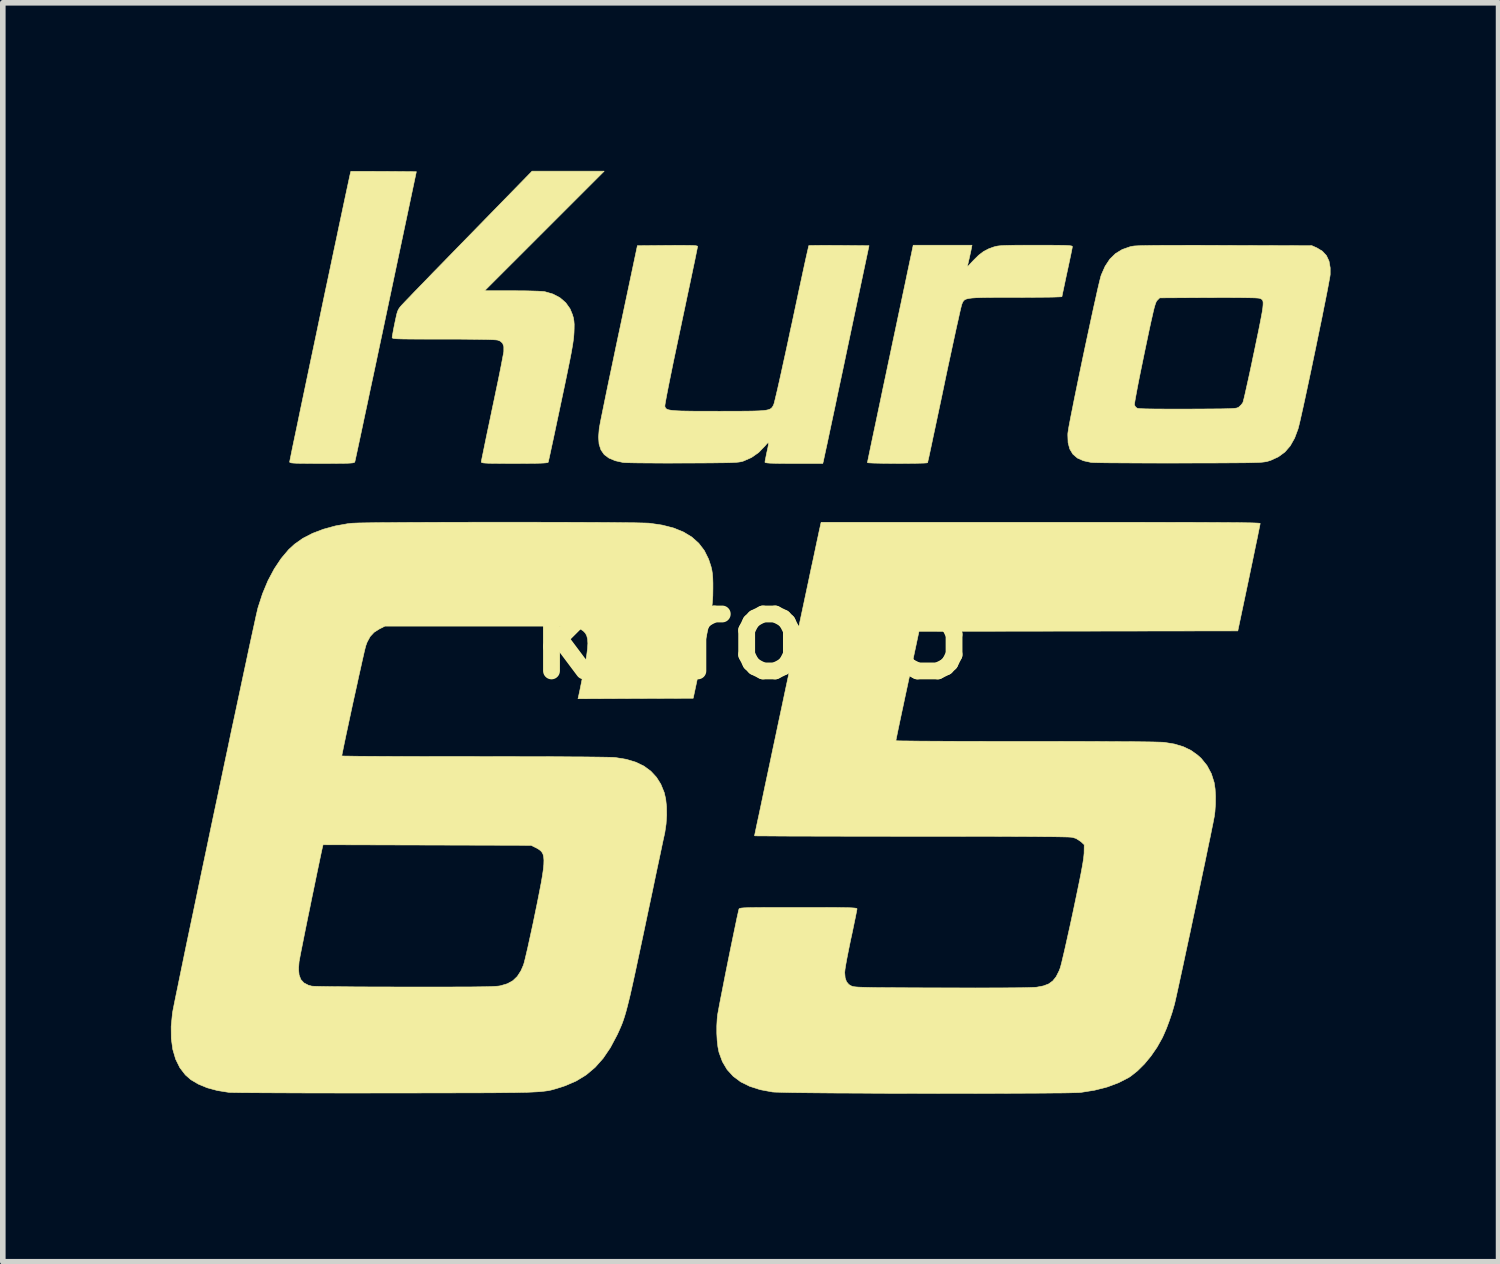
<source format=kicad_pcb>
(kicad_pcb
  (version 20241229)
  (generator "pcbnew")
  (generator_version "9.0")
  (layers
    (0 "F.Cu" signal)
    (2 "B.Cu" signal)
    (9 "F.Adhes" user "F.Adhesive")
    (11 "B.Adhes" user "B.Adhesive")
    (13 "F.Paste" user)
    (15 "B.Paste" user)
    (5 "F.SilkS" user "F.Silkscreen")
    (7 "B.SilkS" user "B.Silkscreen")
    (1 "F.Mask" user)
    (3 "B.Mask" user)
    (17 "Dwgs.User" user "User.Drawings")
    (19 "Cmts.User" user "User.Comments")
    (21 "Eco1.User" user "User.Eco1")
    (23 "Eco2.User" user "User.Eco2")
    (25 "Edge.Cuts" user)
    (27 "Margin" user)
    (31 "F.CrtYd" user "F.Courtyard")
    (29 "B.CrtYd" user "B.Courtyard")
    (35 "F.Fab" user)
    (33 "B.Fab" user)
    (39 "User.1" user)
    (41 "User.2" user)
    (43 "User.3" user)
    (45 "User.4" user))
  (footprint "kuro65"
    (layer "F.Cu")
    (at 10.349 8.235)
    (property "Reference" "kuro65" (at 0 0 0) (layer "F.SilkS") (effects (font (size 1.524 1.524) (thickness 0.3))))
    (attr through_hole)
    (fp_poly (pts (xy -6.905 -8.227) (xy -6.791 -8.227) (xy -6.663 -8.226) (xy -6.551 -8.226) (xy -5.968 -8.221) (xy -6.512 -5.645) (xy -6.573 -5.355) (xy -6.633 -5.074) (xy -6.69 -4.803) (xy -6.745 -4.545) (xy -6.797 -4.302) (xy -6.845 -4.074) (xy -6.89 -3.864) (xy -6.93 -3.674) (xy -6.966 -3.505) (xy -6.997 -3.36) (xy -7.023 -3.239) (xy -7.043 -3.146) (xy -7.057 -3.081) (xy -7.065 -3.047) (xy -7.067 -3.041) (xy -7.072 -3.034) (xy -7.085 -3.028) (xy -7.109 -3.023) (xy -7.147 -3.02) (xy -7.202 -3.017) (xy -7.278 -3.016) (xy -7.378 -3.015) (xy -7.505 -3.014) (xy -7.653 -3.014) (xy -7.809 -3.014) (xy -7.934 -3.015) (xy -8.031 -3.016) (xy -8.105 -3.017) (xy -8.158 -3.02) (xy -8.194 -3.023) (xy -8.215 -3.028) (xy -8.226 -3.033) (xy -8.23 -3.041) (xy -8.23 -3.042) (xy -8.226 -3.061) (xy -8.216 -3.111) (xy -8.2 -3.19) (xy -8.179 -3.295) (xy -8.152 -3.424) (xy -8.12 -3.575) (xy -8.084 -3.747) (xy -8.045 -3.936) (xy -8.002 -4.141) (xy -7.956 -4.36) (xy -7.908 -4.589) (xy -7.858 -4.828) (xy -7.806 -5.074) (xy -7.753 -5.325) (xy -7.7 -5.579) (xy -7.647 -5.832) (xy -7.594 -6.085) (xy -7.541 -6.333) (xy -7.49 -6.575) (xy -7.441 -6.809) (xy -7.393 -7.033) (xy -7.349 -7.244) (xy -7.307 -7.44) (xy -7.269 -7.62) (xy -7.235 -7.78) (xy -7.205 -7.92) (xy -7.18 -8.036) (xy -7.161 -8.126) (xy -7.147 -8.188) (xy -7.139 -8.221) (xy -7.138 -8.226) (xy -7.121 -8.227) (xy -7.074 -8.227) (xy -7 -8.227) (xy -6.905 -8.227)) (stroke (width 0.01) (type solid)) (fill yes) (layer "F.SilkS"))
    (fp_poly (pts (xy -4.75 -6.096) (xy -4.257 -6.096) (xy -4.126 -6.095) (xy -4.002 -6.094) (xy -3.89 -6.091) (xy -3.795 -6.088) (xy -3.723 -6.084) (xy -3.679 -6.08) (xy -3.675 -6.079) (xy -3.53 -6.037) (xy -3.405 -5.971) (xy -3.302 -5.882) (xy -3.225 -5.774) (xy -3.182 -5.67) (xy -3.165 -5.611) (xy -3.156 -5.557) (xy -3.151 -5.497) (xy -3.152 -5.421) (xy -3.154 -5.354) (xy -3.157 -5.309) (xy -3.161 -5.26) (xy -3.168 -5.205) (xy -3.177 -5.142) (xy -3.19 -5.066) (xy -3.206 -4.975) (xy -3.227 -4.867) (xy -3.253 -4.739) (xy -3.284 -4.587) (xy -3.321 -4.408) (xy -3.365 -4.201) (xy -3.385 -4.106) (xy -3.424 -3.922) (xy -3.461 -3.748) (xy -3.495 -3.586) (xy -3.526 -3.44) (xy -3.554 -3.311) (xy -3.577 -3.204) (xy -3.595 -3.121) (xy -3.608 -3.064) (xy -3.614 -3.037) (xy -3.615 -3.035) (xy -3.624 -3.029) (xy -3.65 -3.025) (xy -3.695 -3.021) (xy -3.762 -3.018) (xy -3.853 -3.016) (xy -3.971 -3.015) (xy -4.118 -3.014) (xy -4.216 -3.014) (xy -4.375 -3.014) (xy -4.503 -3.015) (xy -4.603 -3.016) (xy -4.68 -3.017) (xy -4.735 -3.02) (xy -4.772 -3.023) (xy -4.795 -3.028) (xy -4.806 -3.034) (xy -4.809 -3.04) (xy -4.806 -3.061) (xy -4.796 -3.112) (xy -4.78 -3.19) (xy -4.759 -3.292) (xy -4.734 -3.415) (xy -4.705 -3.555) (xy -4.672 -3.71) (xy -4.637 -3.877) (xy -4.613 -3.993) (xy -4.576 -4.168) (xy -4.541 -4.336) (xy -4.508 -4.493) (xy -4.479 -4.636) (xy -4.454 -4.762) (xy -4.434 -4.867) (xy -4.419 -4.947) (xy -4.409 -4.999) (xy -4.407 -5.016) (xy -4.407 -5.099) (xy -4.428 -5.158) (xy -4.471 -5.197) (xy -4.517 -5.215) (xy -4.55 -5.219) (xy -4.616 -5.223) (xy -4.713 -5.226) (xy -4.84 -5.228) (xy -4.996 -5.23) (xy -5.18 -5.232) (xy -5.39 -5.232) (xy -5.491 -5.232) (xy -5.69 -5.232) (xy -5.857 -5.233) (xy -5.997 -5.233) (xy -6.11 -5.234) (xy -6.2 -5.235) (xy -6.269 -5.237) (xy -6.32 -5.239) (xy -6.356 -5.242) (xy -6.38 -5.246) (xy -6.393 -5.251) (xy -6.399 -5.256) (xy -6.4 -5.262) (xy -6.397 -5.289) (xy -6.387 -5.342) (xy -6.374 -5.414) (xy -6.357 -5.498) (xy -6.352 -5.523) (xy -6.332 -5.616) (xy -6.317 -5.683) (xy -6.302 -5.731) (xy -6.285 -5.767) (xy -6.264 -5.798) (xy -6.235 -5.832) (xy -6.23 -5.838) (xy -6.207 -5.862) (xy -6.163 -5.909) (xy -6.098 -5.976) (xy -6.016 -6.062) (xy -5.916 -6.165) (xy -5.802 -6.282) (xy -5.675 -6.414) (xy -5.536 -6.556) (xy -5.388 -6.708) (xy -5.232 -6.868) (xy -5.07 -7.034) (xy -5.029 -7.076) (xy -3.903 -8.23) (xy -2.616 -8.23) (xy -4.75 -6.096)) (stroke (width 0.01) (type solid)) (fill yes) (layer "F.SilkS"))
    (fp_poly (pts (xy 5.258 -6.909) (xy 5.395 -6.908) (xy 5.504 -6.907) (xy 5.588 -6.906) (xy 5.65 -6.903) (xy 5.694 -6.9) (xy 5.721 -6.896) (xy 5.736 -6.891) (xy 5.74 -6.885) (xy 5.74 -6.884) (xy 5.737 -6.861) (xy 5.727 -6.81) (xy 5.712 -6.736) (xy 5.692 -6.642) (xy 5.669 -6.534) (xy 5.647 -6.432) (xy 5.622 -6.316) (xy 5.6 -6.211) (xy 5.581 -6.121) (xy 5.566 -6.052) (xy 5.557 -6.006) (xy 5.554 -5.991) (xy 5.538 -5.988) (xy 5.491 -5.986) (xy 5.416 -5.983) (xy 5.318 -5.981) (xy 5.199 -5.98) (xy 5.062 -5.979) (xy 4.91 -5.978) (xy 4.748 -5.977) (xy 4.731 -5.977) (xy 4.533 -5.977) (xy 4.365 -5.977) (xy 4.226 -5.976) (xy 4.112 -5.974) (xy 4.021 -5.971) (xy 3.949 -5.966) (xy 3.895 -5.959) (xy 3.855 -5.95) (xy 3.826 -5.939) (xy 3.806 -5.924) (xy 3.791 -5.906) (xy 3.78 -5.884) (xy 3.77 -5.862) (xy 3.762 -5.836) (xy 3.748 -5.78) (xy 3.728 -5.695) (xy 3.704 -5.585) (xy 3.674 -5.453) (xy 3.641 -5.3) (xy 3.604 -5.129) (xy 3.564 -4.943) (xy 3.521 -4.745) (xy 3.477 -4.537) (xy 3.453 -4.42) (xy 3.409 -4.209) (xy 3.366 -4.007) (xy 3.326 -3.818) (xy 3.289 -3.643) (xy 3.255 -3.485) (xy 3.226 -3.346) (xy 3.201 -3.229) (xy 3.181 -3.136) (xy 3.166 -3.071) (xy 3.158 -3.034) (xy 3.156 -3.027) (xy 3.137 -3.023) (xy 3.09 -3.02) (xy 3.02 -3.018) (xy 2.93 -3.016) (xy 2.827 -3.015) (xy 2.715 -3.014) (xy 2.598 -3.014) (xy 2.483 -3.015) (xy 2.373 -3.016) (xy 2.275 -3.018) (xy 2.191 -3.02) (xy 2.128 -3.023) (xy 2.091 -3.026) (xy 2.083 -3.029) (xy 2.086 -3.047) (xy 2.096 -3.096) (xy 2.112 -3.174) (xy 2.134 -3.279) (xy 2.161 -3.409) (xy 2.193 -3.561) (xy 2.23 -3.734) (xy 2.27 -3.925) (xy 2.314 -4.133) (xy 2.36 -4.355) (xy 2.41 -4.589) (xy 2.461 -4.833) (xy 2.482 -4.93) (xy 2.534 -5.178) (xy 2.585 -5.417) (xy 2.633 -5.645) (xy 2.679 -5.861) (xy 2.721 -6.061) (xy 2.76 -6.244) (xy 2.794 -6.408) (xy 2.824 -6.549) (xy 2.849 -6.668) (xy 2.869 -6.76) (xy 2.882 -6.824) (xy 2.889 -6.858) (xy 2.89 -6.862) (xy 2.9 -6.909) (xy 3.949 -6.909) (xy 3.938 -6.854) (xy 3.93 -6.811) (xy 3.916 -6.748) (xy 3.9 -6.676) (xy 3.896 -6.659) (xy 3.864 -6.519) (xy 3.975 -6.638) (xy 4.066 -6.728) (xy 4.153 -6.795) (xy 4.246 -6.844) (xy 4.337 -6.877) (xy 4.366 -6.885) (xy 4.397 -6.892) (xy 4.434 -6.897) (xy 4.481 -6.901) (xy 4.541 -6.904) (xy 4.618 -6.906) (xy 4.715 -6.908) (xy 4.837 -6.908) (xy 4.987 -6.909) (xy 5.09 -6.909) (xy 5.258 -6.909)) (stroke (width 0.01) (type solid)) (fill yes) (layer "F.SilkS"))
    (fp_poly (pts (xy -1.113 -6.905) (xy -1.042 -6.904) (xy -0.993 -6.901) (xy -0.964 -6.896) (xy -0.95 -6.891) (xy -0.948 -6.887) (xy -0.952 -6.868) (xy -0.962 -6.818) (xy -0.978 -6.739) (xy -0.999 -6.635) (xy -1.026 -6.508) (xy -1.057 -6.36) (xy -1.092 -6.193) (xy -1.131 -6.011) (xy -1.172 -5.815) (xy -1.216 -5.608) (xy -1.245 -5.469) (xy -1.293 -5.243) (xy -1.338 -5.029) (xy -1.38 -4.83) (xy -1.417 -4.648) (xy -1.45 -4.486) (xy -1.478 -4.345) (xy -1.501 -4.227) (xy -1.518 -4.135) (xy -1.529 -4.071) (xy -1.533 -4.038) (xy -1.533 -4.034) (xy -1.527 -4.015) (xy -1.518 -3.999) (xy -1.502 -3.985) (xy -1.479 -3.974) (xy -1.443 -3.966) (xy -1.394 -3.959) (xy -1.328 -3.954) (xy -1.243 -3.95) (xy -1.135 -3.948) (xy -1.003 -3.946) (xy -0.843 -3.946) (xy -0.653 -3.946) (xy -0.572 -3.945) (xy -0.372 -3.946) (xy -0.203 -3.946) (xy -0.062 -3.947) (xy 0.053 -3.949) (xy 0.146 -3.952) (xy 0.219 -3.957) (xy 0.275 -3.964) (xy 0.317 -3.973) (xy 0.347 -3.985) (xy 0.369 -4) (xy 0.385 -4.018) (xy 0.398 -4.04) (xy 0.41 -4.064) (xy 0.418 -4.089) (xy 0.432 -4.145) (xy 0.452 -4.229) (xy 0.478 -4.339) (xy 0.508 -4.471) (xy 0.542 -4.624) (xy 0.579 -4.794) (xy 0.62 -4.979) (xy 0.663 -5.178) (xy 0.707 -5.386) (xy 0.734 -5.508) (xy 0.779 -5.719) (xy 0.822 -5.921) (xy 0.862 -6.11) (xy 0.9 -6.285) (xy 0.934 -6.443) (xy 0.964 -6.582) (xy 0.99 -6.699) (xy 1.011 -6.792) (xy 1.026 -6.857) (xy 1.034 -6.894) (xy 1.036 -6.901) (xy 1.055 -6.903) (xy 1.103 -6.904) (xy 1.177 -6.905) (xy 1.272 -6.906) (xy 1.384 -6.906) (xy 1.51 -6.905) (xy 1.578 -6.905) (xy 2.111 -6.9) (xy 1.71 -5.003) (xy 1.658 -4.754) (xy 1.607 -4.514) (xy 1.558 -4.285) (xy 1.513 -4.068) (xy 1.47 -3.867) (xy 1.431 -3.684) (xy 1.396 -3.519) (xy 1.366 -3.377) (xy 1.34 -3.258) (xy 1.32 -3.165) (xy 1.306 -3.1) (xy 1.299 -3.065) (xy 1.298 -3.06) (xy 1.286 -3.014) (xy 0.77 -3.014) (xy 0.619 -3.014) (xy 0.499 -3.015) (xy 0.407 -3.017) (xy 0.339 -3.019) (xy 0.294 -3.023) (xy 0.266 -3.028) (xy 0.255 -3.033) (xy 0.254 -3.036) (xy 0.257 -3.062) (xy 0.267 -3.111) (xy 0.28 -3.177) (xy 0.287 -3.21) (xy 0.306 -3.296) (xy 0.316 -3.351) (xy 0.317 -3.379) (xy 0.308 -3.383) (xy 0.288 -3.366) (xy 0.257 -3.329) (xy 0.256 -3.328) (xy 0.141 -3.209) (xy 0.014 -3.12) (xy -0.129 -3.057) (xy -0.135 -3.055) (xy -0.158 -3.048) (xy -0.183 -3.043) (xy -0.214 -3.038) (xy -0.255 -3.034) (xy -0.307 -3.031) (xy -0.373 -3.028) (xy -0.457 -3.026) (xy -0.561 -3.025) (xy -0.688 -3.023) (xy -0.841 -3.022) (xy -1.022 -3.021) (xy -1.211 -3.021) (xy -1.393 -3.02) (xy -1.567 -3.02) (xy -1.729 -3.021) (xy -1.877 -3.022) (xy -2.007 -3.023) (xy -2.116 -3.025) (xy -2.2 -3.027) (xy -2.256 -3.029) (xy -2.278 -3.031) (xy -2.418 -3.062) (xy -2.53 -3.109) (xy -2.615 -3.172) (xy -2.673 -3.255) (xy -2.707 -3.359) (xy -2.716 -3.485) (xy -2.704 -3.636) (xy -2.701 -3.657) (xy -2.693 -3.697) (xy -2.68 -3.768) (xy -2.66 -3.867) (xy -2.635 -3.99) (xy -2.605 -4.137) (xy -2.571 -4.303) (xy -2.533 -4.487) (xy -2.491 -4.685) (xy -2.447 -4.895) (xy -2.401 -5.115) (xy -2.353 -5.342) (xy -2.349 -5.359) (xy -2.023 -6.9) (xy -1.486 -6.905) (xy -1.331 -6.906) (xy -1.208 -6.906) (xy -1.113 -6.905)) (stroke (width 0.01) (type solid)) (fill yes) (layer "F.SilkS"))
    (fp_poly (pts (xy 8.017 -6.907) (xy 8.296 -6.906) (xy 8.467 -6.905) (xy 10.016 -6.9) (xy 10.106 -6.86) (xy 10.203 -6.801) (xy 10.275 -6.723) (xy 10.321 -6.625) (xy 10.342 -6.505) (xy 10.342 -6.386) (xy 10.337 -6.35) (xy 10.325 -6.284) (xy 10.308 -6.191) (xy 10.286 -6.075) (xy 10.259 -5.939) (xy 10.228 -5.785) (xy 10.195 -5.618) (xy 10.158 -5.44) (xy 10.12 -5.255) (xy 10.081 -5.065) (xy 10.041 -4.874) (xy 10.002 -4.686) (xy 9.963 -4.503) (xy 9.926 -4.329) (xy 9.891 -4.166) (xy 9.859 -4.019) (xy 9.83 -3.89) (xy 9.806 -3.782) (xy 9.786 -3.699) (xy 9.772 -3.644) (xy 9.769 -3.632) (xy 9.707 -3.466) (xy 9.629 -3.328) (xy 9.533 -3.217) (xy 9.417 -3.132) (xy 9.28 -3.069) (xy 9.248 -3.059) (xy 9.228 -3.053) (xy 9.207 -3.047) (xy 9.182 -3.043) (xy 9.153 -3.039) (xy 9.116 -3.035) (xy 9.07 -3.032) (xy 9.011 -3.03) (xy 8.939 -3.028) (xy 8.85 -3.026) (xy 8.742 -3.025) (xy 8.613 -3.024) (xy 8.461 -3.023) (xy 8.283 -3.022) (xy 8.077 -3.022) (xy 7.842 -3.021) (xy 7.662 -3.021) (xy 7.438 -3.02) (xy 7.221 -3.021) (xy 7.015 -3.021) (xy 6.822 -3.022) (xy 6.645 -3.023) (xy 6.486 -3.024) (xy 6.349 -3.025) (xy 6.236 -3.027) (xy 6.149 -3.029) (xy 6.092 -3.031) (xy 6.071 -3.033) (xy 5.937 -3.062) (xy 5.83 -3.11) (xy 5.749 -3.18) (xy 5.694 -3.271) (xy 5.664 -3.384) (xy 5.659 -3.521) (xy 5.66 -3.553) (xy 5.666 -3.592) (xy 5.677 -3.662) (xy 5.695 -3.758) (xy 5.718 -3.877) (xy 5.746 -4.016) (xy 5.755 -4.063) (xy 6.848 -4.063) (xy 6.848 -4.056) (xy 6.87 -4.02) (xy 6.896 -4) (xy 6.919 -3.995) (xy 6.968 -3.991) (xy 7.044 -3.988) (xy 7.148 -3.986) (xy 7.282 -3.985) (xy 7.447 -3.984) (xy 7.644 -3.984) (xy 7.801 -3.984) (xy 7.994 -3.985) (xy 8.157 -3.986) (xy 8.291 -3.987) (xy 8.401 -3.988) (xy 8.487 -3.99) (xy 8.555 -3.992) (xy 8.606 -3.995) (xy 8.643 -3.998) (xy 8.67 -4.002) (xy 8.688 -4.008) (xy 8.702 -4.014) (xy 8.714 -4.022) (xy 8.715 -4.023) (xy 8.755 -4.061) (xy 8.784 -4.101) (xy 8.784 -4.101) (xy 8.791 -4.126) (xy 8.805 -4.18) (xy 8.824 -4.261) (xy 8.847 -4.365) (xy 8.875 -4.49) (xy 8.906 -4.631) (xy 8.939 -4.785) (xy 8.973 -4.95) (xy 8.985 -5.004) (xy 9.026 -5.202) (xy 9.061 -5.369) (xy 9.089 -5.509) (xy 9.111 -5.623) (xy 9.128 -5.715) (xy 9.139 -5.787) (xy 9.144 -5.842) (xy 9.145 -5.883) (xy 9.141 -5.912) (xy 9.132 -5.931) (xy 9.119 -5.944) (xy 9.103 -5.953) (xy 9.083 -5.961) (xy 9.054 -5.965) (xy 8.993 -5.969) (xy 8.901 -5.971) (xy 8.778 -5.973) (xy 8.627 -5.974) (xy 8.448 -5.975) (xy 8.242 -5.974) (xy 8.168 -5.974) (xy 7.299 -5.969) (xy 7.256 -5.926) (xy 7.246 -5.914) (xy 7.236 -5.897) (xy 7.226 -5.872) (xy 7.214 -5.836) (xy 7.2 -5.787) (xy 7.184 -5.721) (xy 7.165 -5.637) (xy 7.141 -5.532) (xy 7.113 -5.403) (xy 7.08 -5.246) (xy 7.041 -5.06) (xy 7.026 -4.988) (xy 6.991 -4.817) (xy 6.958 -4.657) (xy 6.928 -4.508) (xy 6.902 -4.375) (xy 6.881 -4.261) (xy 6.864 -4.169) (xy 6.853 -4.102) (xy 6.848 -4.063) (xy 5.755 -4.063) (xy 5.777 -4.173) (xy 5.812 -4.343) (xy 5.849 -4.524) (xy 5.888 -4.712) (xy 5.928 -4.904) (xy 5.969 -5.098) (xy 6.01 -5.289) (xy 6.05 -5.475) (xy 6.088 -5.652) (xy 6.124 -5.817) (xy 6.158 -5.968) (xy 6.187 -6.1) (xy 6.213 -6.211) (xy 6.234 -6.297) (xy 6.249 -6.355) (xy 6.256 -6.377) (xy 6.325 -6.533) (xy 6.409 -6.66) (xy 6.51 -6.759) (xy 6.63 -6.832) (xy 6.77 -6.881) (xy 6.817 -6.891) (xy 6.849 -6.895) (xy 6.903 -6.898) (xy 6.981 -6.901) (xy 7.084 -6.903) (xy 7.213 -6.905) (xy 7.37 -6.906) (xy 7.556 -6.906) (xy 7.771 -6.907) (xy 8.017 -6.907)) (stroke (width 0.01) (type solid)) (fill yes) (layer "F.SilkS"))
    (fp_poly (pts (xy 5.62 -1.964) (xy 6.031 -1.964) (xy 6.411 -1.964) (xy 6.761 -1.964) (xy 7.081 -1.963) (xy 7.373 -1.963) (xy 7.637 -1.962) (xy 7.875 -1.962) (xy 8.089 -1.961) (xy 8.278 -1.96) (xy 8.444 -1.959) (xy 8.588 -1.958) (xy 8.712 -1.957) (xy 8.817 -1.955) (xy 8.902 -1.954) (xy 8.971 -1.952) (xy 9.023 -1.95) (xy 9.059 -1.948) (xy 9.082 -1.946) (xy 9.092 -1.944) (xy 9.092 -1.943) (xy 9.089 -1.923) (xy 9.079 -1.873) (xy 9.063 -1.796) (xy 9.043 -1.694) (xy 9.017 -1.572) (xy 8.988 -1.431) (xy 8.956 -1.276) (xy 8.921 -1.109) (xy 8.893 -0.974) (xy 8.693 -0.025) (xy 5.848 -0.021) (xy 3.003 -0.017) (xy 2.797 0.953) (xy 2.759 1.129) (xy 2.724 1.295) (xy 2.691 1.449) (xy 2.662 1.586) (xy 2.637 1.705) (xy 2.617 1.802) (xy 2.602 1.875) (xy 2.593 1.92) (xy 2.59 1.935) (xy 2.607 1.936) (xy 2.656 1.938) (xy 2.734 1.939) (xy 2.841 1.94) (xy 2.974 1.942) (xy 3.131 1.943) (xy 3.31 1.944) (xy 3.509 1.945) (xy 3.727 1.946) (xy 3.962 1.946) (xy 4.211 1.947) (xy 4.472 1.947) (xy 4.744 1.947) (xy 4.915 1.947) (xy 5.274 1.947) (xy 5.607 1.948) (xy 5.915 1.948) (xy 6.196 1.949) (xy 6.449 1.951) (xy 6.674 1.952) (xy 6.87 1.953) (xy 7.036 1.955) (xy 7.171 1.957) (xy 7.275 1.96) (xy 7.346 1.962) (xy 7.383 1.965) (xy 7.565 1.995) (xy 7.72 2.042) (xy 7.856 2.107) (xy 7.976 2.193) (xy 8.04 2.251) (xy 8.143 2.378) (xy 8.221 2.524) (xy 8.272 2.685) (xy 8.272 2.688) (xy 8.288 2.796) (xy 8.295 2.925) (xy 8.294 3.064) (xy 8.285 3.2) (xy 8.274 3.285) (xy 8.265 3.33) (xy 8.251 3.404) (xy 8.23 3.506) (xy 8.205 3.631) (xy 8.174 3.777) (xy 8.14 3.942) (xy 8.103 4.122) (xy 8.062 4.314) (xy 8.02 4.515) (xy 7.976 4.723) (xy 7.931 4.934) (xy 7.886 5.145) (xy 7.842 5.355) (xy 7.798 5.558) (xy 7.756 5.754) (xy 7.717 5.938) (xy 7.68 6.108) (xy 7.647 6.26) (xy 7.618 6.393) (xy 7.594 6.502) (xy 7.575 6.586) (xy 7.562 6.641) (xy 7.558 6.655) (xy 7.519 6.79) (xy 7.471 6.932) (xy 7.42 7.069) (xy 7.368 7.189) (xy 7.345 7.239) (xy 7.252 7.405) (xy 7.144 7.562) (xy 7.026 7.705) (xy 6.902 7.828) (xy 6.779 7.925) (xy 6.745 7.947) (xy 6.566 8.039) (xy 6.363 8.115) (xy 6.14 8.172) (xy 5.904 8.21) (xy 5.889 8.212) (xy 5.846 8.215) (xy 5.771 8.217) (xy 5.667 8.22) (xy 5.537 8.222) (xy 5.382 8.223) (xy 5.206 8.225) (xy 5.009 8.226) (xy 4.796 8.227) (xy 4.567 8.228) (xy 4.326 8.229) (xy 4.074 8.229) (xy 3.814 8.23) (xy 3.548 8.23) (xy 3.279 8.229) (xy 3.008 8.229) (xy 2.739 8.228) (xy 2.473 8.228) (xy 2.213 8.227) (xy 1.961 8.225) (xy 1.719 8.224) (xy 1.489 8.223) (xy 1.275 8.221) (xy 1.078 8.219) (xy 0.901 8.217) (xy 0.745 8.215) (xy 0.613 8.212) (xy 0.509 8.209) (xy 0.432 8.207) (xy 0.387 8.204) (xy 0.382 8.203) (xy 0.168 8.163) (xy -0.019 8.103) (xy -0.179 8.024) (xy -0.313 7.924) (xy -0.422 7.804) (xy -0.506 7.662) (xy -0.566 7.498) (xy -0.568 7.49) (xy -0.586 7.399) (xy -0.599 7.285) (xy -0.606 7.157) (xy -0.606 7.026) (xy -0.599 6.901) (xy -0.594 6.847) (xy -0.588 6.807) (xy -0.575 6.739) (xy -0.558 6.645) (xy -0.536 6.531) (xy -0.51 6.4) (xy -0.482 6.256) (xy -0.452 6.103) (xy -0.42 5.944) (xy -0.388 5.785) (xy -0.356 5.628) (xy -0.325 5.478) (xy -0.296 5.338) (xy -0.27 5.213) (xy -0.248 5.107) (xy -0.229 5.022) (xy -0.216 4.964) (xy -0.21 4.94) (xy -0.206 4.934) (xy -0.198 4.929) (xy -0.183 4.925) (xy -0.159 4.921) (xy -0.122 4.918) (xy -0.071 4.916) (xy -0.002 4.914) (xy 0.085 4.913) (xy 0.195 4.912) (xy 0.33 4.911) (xy 0.491 4.911) (xy 0.682 4.911) (xy 0.848 4.911) (xy 1.064 4.911) (xy 1.249 4.911) (xy 1.405 4.912) (xy 1.534 4.912) (xy 1.639 4.914) (xy 1.723 4.915) (xy 1.786 4.917) (xy 1.833 4.92) (xy 1.865 4.923) (xy 1.884 4.927) (xy 1.894 4.931) (xy 1.897 4.936) (xy 1.893 4.959) (xy 1.883 5.01) (xy 1.868 5.086) (xy 1.848 5.182) (xy 1.825 5.294) (xy 1.799 5.418) (xy 1.786 5.475) (xy 1.759 5.606) (xy 1.734 5.731) (xy 1.712 5.843) (xy 1.695 5.939) (xy 1.683 6.014) (xy 1.678 6.062) (xy 1.677 6.072) (xy 1.685 6.167) (xy 1.709 6.236) (xy 1.75 6.285) (xy 1.786 6.308) (xy 1.799 6.313) (xy 1.813 6.319) (xy 1.83 6.323) (xy 1.854 6.327) (xy 1.885 6.33) (xy 1.926 6.333) (xy 1.98 6.335) (xy 2.048 6.337) (xy 2.132 6.339) (xy 2.235 6.341) (xy 2.358 6.342) (xy 2.505 6.343) (xy 2.676 6.344) (xy 2.875 6.345) (xy 3.103 6.346) (xy 3.362 6.346) (xy 3.412 6.347) (xy 3.726 6.347) (xy 4.01 6.348) (xy 4.261 6.347) (xy 4.481 6.347) (xy 4.669 6.345) (xy 4.825 6.344) (xy 4.948 6.341) (xy 5.037 6.338) (xy 5.093 6.335) (xy 5.104 6.334) (xy 5.224 6.311) (xy 5.317 6.276) (xy 5.391 6.222) (xy 5.451 6.147) (xy 5.503 6.044) (xy 5.522 5.995) (xy 5.532 5.961) (xy 5.549 5.897) (xy 5.57 5.807) (xy 5.597 5.694) (xy 5.627 5.561) (xy 5.66 5.412) (xy 5.696 5.251) (xy 5.733 5.08) (xy 5.753 4.987) (xy 5.798 4.773) (xy 5.836 4.59) (xy 5.868 4.435) (xy 5.894 4.305) (xy 5.914 4.197) (xy 5.929 4.11) (xy 5.94 4.04) (xy 5.946 3.984) (xy 5.95 3.941) (xy 5.95 3.932) (xy 5.952 3.791) (xy 5.891 3.735) (xy 5.807 3.68) (xy 5.742 3.66) (xy 5.717 3.657) (xy 5.669 3.654) (xy 5.597 3.652) (xy 5.5 3.65) (xy 5.377 3.648) (xy 5.228 3.647) (xy 5.051 3.645) (xy 4.847 3.644) (xy 4.613 3.643) (xy 4.35 3.642) (xy 4.056 3.642) (xy 3.731 3.641) (xy 3.373 3.641) (xy 2.983 3.641) (xy 2.861 3.641) (xy 2.556 3.641) (xy 2.261 3.64) (xy 1.976 3.64) (xy 1.705 3.64) (xy 1.448 3.639) (xy 1.207 3.639) (xy 0.984 3.638) (xy 0.782 3.638) (xy 0.601 3.637) (xy 0.443 3.636) (xy 0.311 3.635) (xy 0.205 3.634) (xy 0.128 3.634) (xy 0.082 3.633) (xy 0.068 3.632) (xy 0.071 3.614) (xy 0.081 3.566) (xy 0.097 3.489) (xy 0.119 3.385) (xy 0.147 3.256) (xy 0.179 3.105) (xy 0.215 2.933) (xy 0.255 2.742) (xy 0.299 2.536) (xy 0.346 2.315) (xy 0.395 2.081) (xy 0.447 1.838) (xy 0.5 1.586) (xy 0.555 1.329) (xy 0.61 1.068) (xy 0.666 0.805) (xy 0.722 0.543) (xy 0.777 0.283) (xy 0.831 0.027) (xy 0.884 -0.221) (xy 0.935 -0.461) (xy 0.984 -0.691) (xy 1.03 -0.907) (xy 1.072 -1.108) (xy 1.112 -1.292) (xy 1.147 -1.457) (xy 1.177 -1.6) (xy 1.203 -1.72) (xy 1.223 -1.815) (xy 1.238 -1.882) (xy 1.246 -1.919) (xy 1.247 -1.926) (xy 1.257 -1.964) (xy 5.175 -1.964) (xy 5.62 -1.964)) (stroke (width 0.01) (type solid)) (fill yes) (layer "F.SilkS"))
    (fp_poly (pts (xy -4.258 -1.965) (xy -3.993 -1.965) (xy -3.732 -1.964) (xy -3.478 -1.964) (xy -3.233 -1.963) (xy -2.999 -1.962) (xy -2.779 -1.961) (xy -2.575 -1.96) (xy -2.39 -1.958) (xy -2.226 -1.956) (xy -2.084 -1.955) (xy -1.969 -1.952) (xy -1.882 -1.95) (xy -1.824 -1.948) (xy -1.809 -1.947) (xy -1.579 -1.913) (xy -1.376 -1.861) (xy -1.201 -1.79) (xy -1.052 -1.7) (xy -0.928 -1.589) (xy -0.828 -1.458) (xy -0.752 -1.305) (xy -0.709 -1.174) (xy -0.694 -1.109) (xy -0.684 -1.045) (xy -0.678 -0.97) (xy -0.675 -0.878) (xy -0.675 -0.787) (xy -0.676 -0.717) (xy -0.677 -0.652) (xy -0.681 -0.588) (xy -0.686 -0.523) (xy -0.694 -0.453) (xy -0.706 -0.375) (xy -0.721 -0.285) (xy -0.741 -0.179) (xy -0.765 -0.055) (xy -0.796 0.091) (xy -0.832 0.263) (xy -0.874 0.463) (xy -0.886 0.516) (xy -1.027 1.177) (xy -2.055 1.181) (xy -3.083 1.186) (xy -3.074 1.147) (xy -3.068 1.12) (xy -3.056 1.065) (xy -3.04 0.987) (xy -3.021 0.892) (xy -2.999 0.785) (xy -2.987 0.728) (xy -2.953 0.555) (xy -2.928 0.411) (xy -2.913 0.293) (xy -2.907 0.198) (xy -2.912 0.122) (xy -2.927 0.061) (xy -2.952 0.014) (xy -2.989 -0.024) (xy -3.037 -0.056) (xy -3.057 -0.067) (xy -3.14 -0.11) (xy -6.528 -0.11) (xy -6.629 -0.059) (xy -6.721 -0.001) (xy -6.792 0.075) (xy -6.846 0.174) (xy -6.87 0.239) (xy -6.878 0.269) (xy -6.893 0.328) (xy -6.912 0.412) (xy -6.936 0.517) (xy -6.963 0.64) (xy -6.994 0.777) (xy -7.026 0.925) (xy -7.06 1.079) (xy -7.095 1.237) (xy -7.129 1.394) (xy -7.162 1.548) (xy -7.193 1.694) (xy -7.222 1.828) (xy -7.247 1.948) (xy -7.268 2.049) (xy -7.284 2.129) (xy -7.295 2.182) (xy -7.298 2.206) (xy -7.298 2.206) (xy -7.282 2.208) (xy -7.233 2.209) (xy -7.154 2.21) (xy -7.048 2.212) (xy -6.915 2.213) (xy -6.758 2.214) (xy -6.578 2.215) (xy -6.378 2.216) (xy -6.16 2.217) (xy -5.925 2.217) (xy -5.675 2.218) (xy -5.412 2.218) (xy -5.139 2.218) (xy -4.932 2.218) (xy -4.586 2.219) (xy -4.262 2.219) (xy -3.959 2.22) (xy -3.68 2.22) (xy -3.426 2.221) (xy -3.197 2.223) (xy -2.995 2.224) (xy -2.82 2.226) (xy -2.675 2.228) (xy -2.56 2.23) (xy -2.475 2.232) (xy -2.424 2.235) (xy -2.413 2.236) (xy -2.218 2.268) (xy -2.049 2.319) (xy -1.905 2.389) (xy -1.783 2.479) (xy -1.683 2.587) (xy -1.605 2.711) (xy -1.545 2.858) (xy -1.518 2.974) (xy -1.503 3.113) (xy -1.501 3.265) (xy -1.511 3.421) (xy -1.533 3.571) (xy -1.537 3.59) (xy -1.546 3.632) (xy -1.562 3.704) (xy -1.583 3.803) (xy -1.609 3.927) (xy -1.64 4.073) (xy -1.675 4.237) (xy -1.713 4.418) (xy -1.753 4.611) (xy -1.796 4.814) (xy -1.841 5.025) (xy -1.854 5.088) (xy -1.913 5.369) (xy -1.966 5.618) (xy -2.013 5.838) (xy -2.054 6.032) (xy -2.091 6.202) (xy -2.124 6.35) (xy -2.153 6.479) (xy -2.18 6.589) (xy -2.204 6.685) (xy -2.226 6.768) (xy -2.247 6.84) (xy -2.267 6.903) (xy -2.287 6.96) (xy -2.308 7.014) (xy -2.33 7.065) (xy -2.353 7.117) (xy -2.378 7.172) (xy -2.389 7.194) (xy -2.506 7.414) (xy -2.635 7.604) (xy -2.778 7.765) (xy -2.937 7.899) (xy -3.113 8.007) (xy -3.309 8.092) (xy -3.387 8.118) (xy -3.429 8.131) (xy -3.467 8.143) (xy -3.502 8.153) (xy -3.537 8.163) (xy -3.573 8.172) (xy -3.611 8.18) (xy -3.654 8.186) (xy -3.703 8.192) (xy -3.76 8.198) (xy -3.826 8.202) (xy -3.903 8.206) (xy -3.993 8.21) (xy -4.098 8.212) (xy -4.218 8.215) (xy -4.356 8.216) (xy -4.514 8.218) (xy -4.693 8.219) (xy -4.895 8.22) (xy -5.122 8.22) (xy -5.374 8.221) (xy -5.655 8.221) (xy -5.965 8.222) (xy -6.307 8.222) (xy -6.502 8.222) (xy -6.814 8.223) (xy -7.115 8.223) (xy -7.405 8.223) (xy -7.682 8.222) (xy -7.943 8.222) (xy -8.188 8.221) (xy -8.413 8.22) (xy -8.618 8.219) (xy -8.801 8.218) (xy -8.959 8.217) (xy -9.092 8.216) (xy -9.196 8.214) (xy -9.271 8.213) (xy -9.315 8.211) (xy -9.322 8.21) (xy -9.521 8.178) (xy -9.702 8.129) (xy -9.861 8.063) (xy -9.994 7.984) (xy -10.09 7.9) (xy -10.189 7.771) (xy -10.264 7.619) (xy -10.315 7.445) (xy -10.342 7.249) (xy -10.344 7.034) (xy -10.321 6.8) (xy -10.321 6.799) (xy -10.315 6.763) (xy -10.302 6.697) (xy -10.283 6.601) (xy -10.258 6.478) (xy -10.227 6.329) (xy -10.192 6.157) (xy -10.161 6.008) (xy -8.071 6.008) (xy -8.061 6.114) (xy -8.03 6.197) (xy -7.975 6.257) (xy -7.897 6.298) (xy -7.835 6.315) (xy -7.808 6.317) (xy -7.749 6.319) (xy -7.662 6.321) (xy -7.548 6.323) (xy -7.411 6.325) (xy -7.252 6.326) (xy -7.074 6.328) (xy -6.879 6.329) (xy -6.671 6.33) (xy -6.45 6.33) (xy -6.221 6.331) (xy -6.172 6.331) (xy -5.896 6.331) (xy -5.652 6.331) (xy -5.438 6.331) (xy -5.251 6.33) (xy -5.09 6.33) (xy -4.953 6.329) (xy -4.837 6.327) (xy -4.741 6.326) (xy -4.662 6.324) (xy -4.598 6.321) (xy -4.548 6.318) (xy -4.509 6.315) (xy -4.48 6.311) (xy -4.464 6.308) (xy -4.343 6.272) (xy -4.245 6.218) (xy -4.166 6.142) (xy -4.101 6.041) (xy -4.057 5.94) (xy -4.045 5.901) (xy -4.028 5.834) (xy -4.006 5.741) (xy -3.979 5.626) (xy -3.95 5.493) (xy -3.918 5.347) (xy -3.884 5.19) (xy -3.854 5.044) (xy -3.809 4.826) (xy -3.772 4.638) (xy -3.741 4.478) (xy -3.718 4.344) (xy -3.702 4.233) (xy -3.693 4.141) (xy -3.691 4.067) (xy -3.696 4.009) (xy -3.707 3.962) (xy -3.726 3.926) (xy -3.752 3.897) (xy -3.784 3.873) (xy -3.823 3.85) (xy -3.836 3.844) (xy -3.92 3.802) (xy -5.777 3.797) (xy -7.633 3.792) (xy -7.643 3.831) (xy -7.652 3.872) (xy -7.667 3.941) (xy -7.687 4.036) (xy -7.711 4.151) (xy -7.739 4.284) (xy -7.769 4.43) (xy -7.801 4.586) (xy -7.835 4.748) (xy -7.868 4.912) (xy -7.902 5.075) (xy -7.934 5.233) (xy -7.964 5.382) (xy -7.991 5.518) (xy -8.015 5.638) (xy -8.035 5.738) (xy -8.049 5.814) (xy -8.058 5.863) (xy -8.061 5.876) (xy -8.071 6.008) (xy -10.161 6.008) (xy -10.152 5.963) (xy -10.108 5.749) (xy -10.06 5.518) (xy -10.008 5.271) (xy -9.953 5.01) (xy -9.896 4.737) (xy -9.837 4.454) (xy -9.776 4.163) (xy -9.713 3.866) (xy -9.65 3.564) (xy -9.586 3.26) (xy -9.521 2.955) (xy -9.457 2.652) (xy -9.394 2.352) (xy -9.331 2.057) (xy -9.271 1.769) (xy -9.211 1.491) (xy -9.154 1.223) (xy -9.1 0.969) (xy -9.049 0.729) (xy -9.001 0.506) (xy -8.958 0.302) (xy -8.918 0.118) (xy -8.883 -0.043) (xy -8.853 -0.18) (xy -8.829 -0.291) (xy -8.81 -0.373) (xy -8.798 -0.425) (xy -8.794 -0.44) (xy -8.713 -0.69) (xy -8.616 -0.922) (xy -8.504 -1.132) (xy -8.38 -1.318) (xy -8.246 -1.477) (xy -8.141 -1.573) (xy -7.995 -1.676) (xy -7.821 -1.766) (xy -7.626 -1.84) (xy -7.415 -1.898) (xy -7.192 -1.938) (xy -7.122 -1.946) (xy -7.079 -1.948) (xy -7.005 -1.951) (xy -6.901 -1.953) (xy -6.771 -1.955) (xy -6.617 -1.957) (xy -6.44 -1.958) (xy -6.244 -1.96) (xy -6.031 -1.961) (xy -5.803 -1.962) (xy -5.563 -1.963) (xy -5.312 -1.964) (xy -5.054 -1.964) (xy -4.791 -1.965) (xy -4.525 -1.965) (xy -4.258 -1.965)) (stroke (width 0.01) (type solid)) (fill yes) (layer "F.SilkS")))
  (gr_rect
    (start -3 -3)
    (end 23.696 19.469)
    (stroke (width 0.1) (type default))
    (fill no)
    (layer "Edge.Cuts")))
</source>
